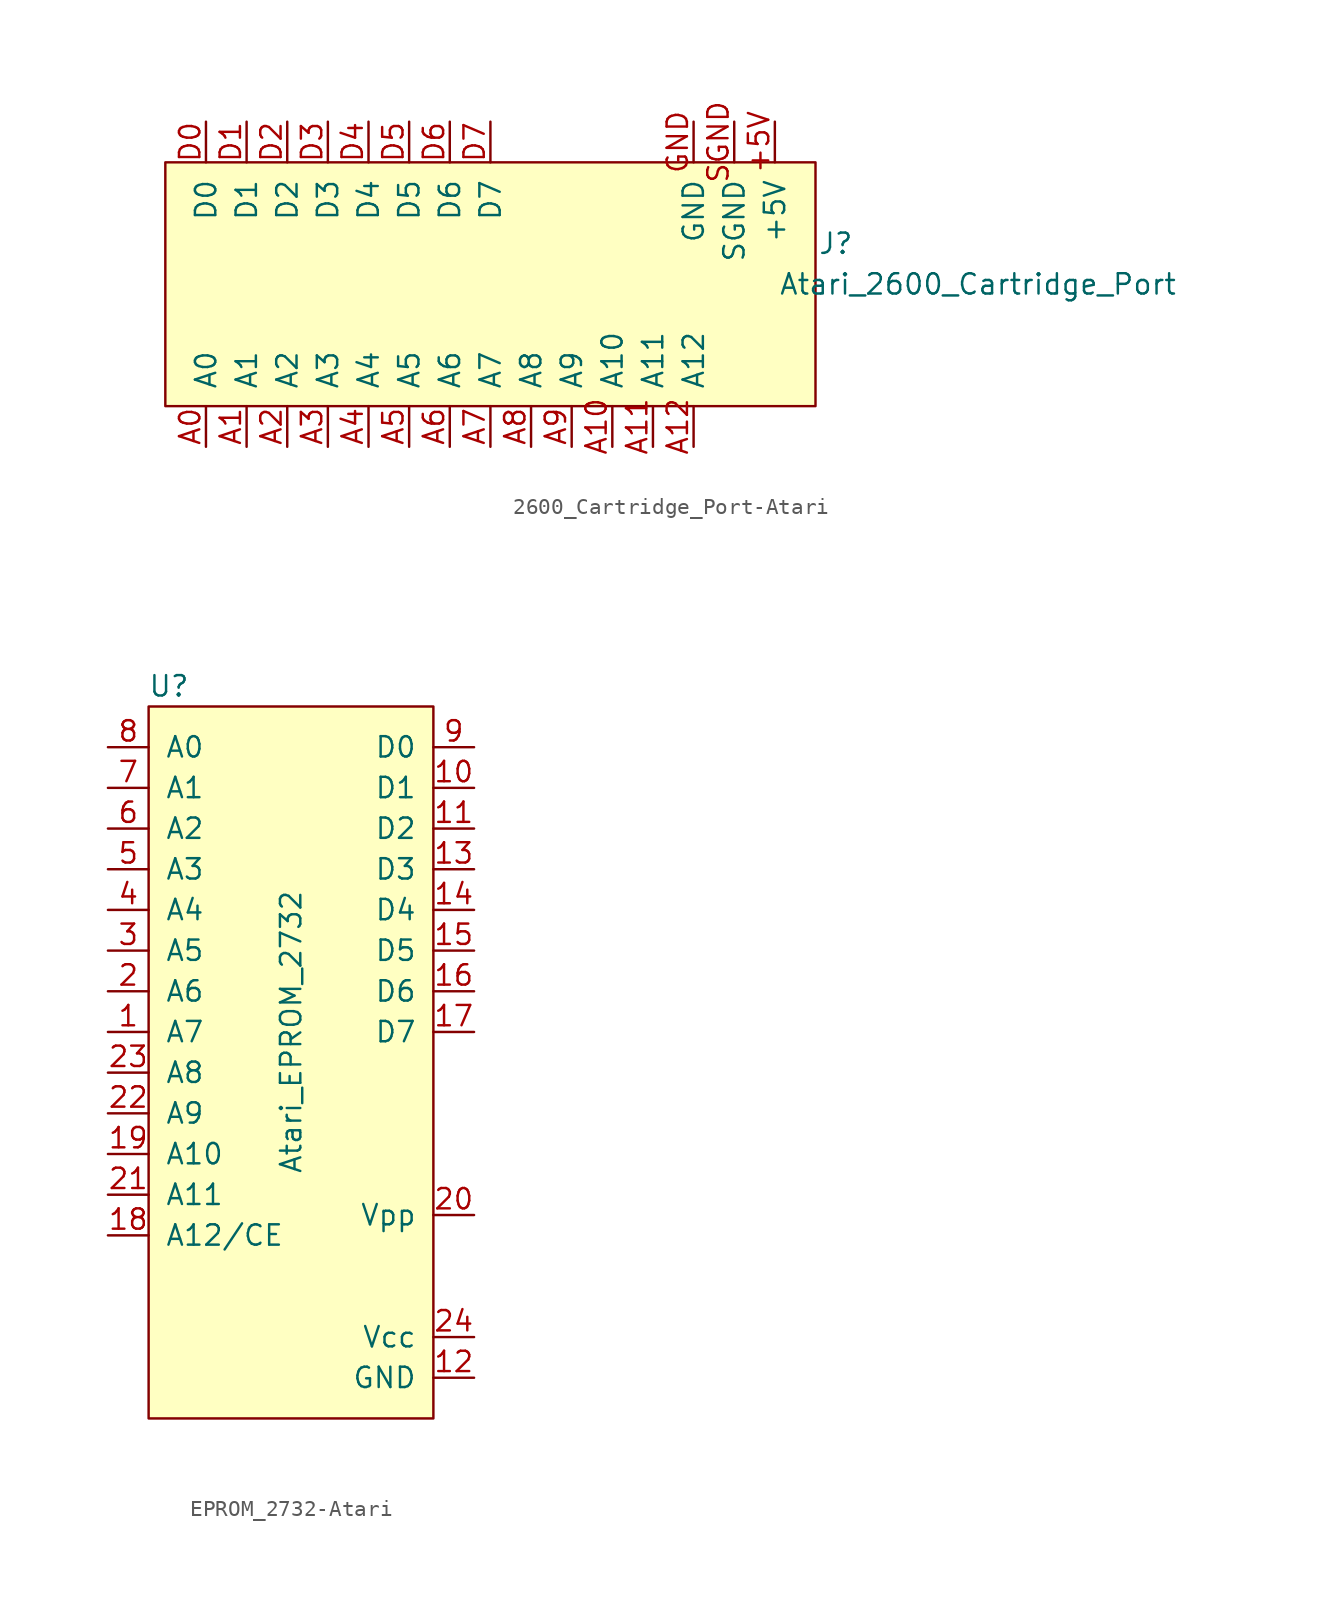
<source format=kicad_sym>
(kicad_symbol_lib
  (version 20231120)
  (generator "kicad_symbol_editor")
  (generator_version "8.0")
  (symbol "2600_Cartridge_Port-Atari"
    (pin_names
      (offset 1.016))
    (property "Reference" "J"
      (at 21.59 2.54 0)
      (effects (font (size 1.27 1.27))))
    (property "Value" "Atari_2600_Cartridge_Port"
      (at 30.48 0 0)
      (effects (font (size 1.27 1.27))))
    (symbol "2600_Cartridge_Port-Atari_0_1"
      (rectangle (start -20.32 7.62) (end 20.32 -7.62) (stroke (width 0) (type solid)) (fill (type background))))
    (symbol "2600_Cartridge_Port-Atari_1_0"
      (pin power_out line (at 17.78 10.16 270) (length 2.54) (name "+5V" (effects (font (size 1.27 1.27)))) (number "+5V" (effects (font (size 1.27 1.27))))))
    (symbol "2600_Cartridge_Port-Atari_1_1"
      (pin output line (at -17.78 -10.16 90) (length 2.54) (name "A0" (effects (font (size 1.27 1.27)))) (number "A0" (effects (font (size 1.27 1.27)))))
      (pin output line (at -15.24 -10.16 90) (length 2.54) (name "A1" (effects (font (size 1.27 1.27)))) (number "A1" (effects (font (size 1.27 1.27)))))
      (pin output line (at 7.62 -10.16 90) (length 2.54) (name "A10" (effects (font (size 1.27 1.27)))) (number "A10" (effects (font (size 1.27 1.27)))))
      (pin output line (at 10.16 -10.16 90) (length 2.54) (name "A11" (effects (font (size 1.27 1.27)))) (number "A11" (effects (font (size 1.27 1.27)))))
      (pin output line (at 12.7 -10.16 90) (length 2.54) (name "A12" (effects (font (size 1.27 1.27)))) (number "A12" (effects (font (size 1.27 1.27)))))
      (pin output line (at -12.7 -10.16 90) (length 2.54) (name "A2" (effects (font (size 1.27 1.27)))) (number "A2" (effects (font (size 1.27 1.27)))))
      (pin output line (at -10.16 -10.16 90) (length 2.54) (name "A3" (effects (font (size 1.27 1.27)))) (number "A3" (effects (font (size 1.27 1.27)))))
      (pin output line (at -7.62 -10.16 90) (length 2.54) (name "A4" (effects (font (size 1.27 1.27)))) (number "A4" (effects (font (size 1.27 1.27)))))
      (pin output line (at -5.08 -10.16 90) (length 2.54) (name "A5" (effects (font (size 1.27 1.27)))) (number "A5" (effects (font (size 1.27 1.27)))))
      (pin output line (at -2.54 -10.16 90) (length 2.54) (name "A6" (effects (font (size 1.27 1.27)))) (number "A6" (effects (font (size 1.27 1.27)))))
      (pin output line (at 0 -10.16 90) (length 2.54) (name "A7" (effects (font (size 1.27 1.27)))) (number "A7" (effects (font (size 1.27 1.27)))))
      (pin output line (at 2.54 -10.16 90) (length 2.54) (name "A8" (effects (font (size 1.27 1.27)))) (number "A8" (effects (font (size 1.27 1.27)))))
      (pin output line (at 5.08 -10.16 90) (length 2.54) (name "A9" (effects (font (size 1.27 1.27)))) (number "A9" (effects (font (size 1.27 1.27)))))
      (pin input line (at -17.78 10.16 270) (length 2.54) (name "D0" (effects (font (size 1.27 1.27)))) (number "D0" (effects (font (size 1.27 1.27)))))
      (pin input line (at -15.24 10.16 270) (length 2.54) (name "D1" (effects (font (size 1.27 1.27)))) (number "D1" (effects (font (size 1.27 1.27)))))
      (pin input line (at -12.7 10.16 270) (length 2.54) (name "D2" (effects (font (size 1.27 1.27)))) (number "D2" (effects (font (size 1.27 1.27)))))
      (pin input line (at -10.16 10.16 270) (length 2.54) (name "D3" (effects (font (size 1.27 1.27)))) (number "D3" (effects (font (size 1.27 1.27)))))
      (pin input line (at -7.62 10.16 270) (length 2.54) (name "D4" (effects (font (size 1.27 1.27)))) (number "D4" (effects (font (size 1.27 1.27)))))
      (pin input line (at -5.08 10.16 270) (length 2.54) (name "D5" (effects (font (size 1.27 1.27)))) (number "D5" (effects (font (size 1.27 1.27)))))
      (pin input line (at -2.54 10.16 270) (length 2.54) (name "D6" (effects (font (size 1.27 1.27)))) (number "D6" (effects (font (size 1.27 1.27)))))
      (pin input line (at 0 10.16 270) (length 2.54) (name "D7" (effects (font (size 1.27 1.27)))) (number "D7" (effects (font (size 1.27 1.27)))))
      (pin power_in line (at 12.7 10.16 270) (length 2.54) (name "GND" (effects (font (size 1.27 1.27)))) (number "GND" (effects (font (size 1.27 1.27)))))
      (pin power_in line (at 15.24 10.16 270) (length 2.54) (name "SGND" (effects (font (size 1.27 1.27)))) (number "SGND" (effects (font (size 1.27 1.27)))))))
  (symbol "EPROM_2732-Atari"
    (pin_names
      (offset 1.016))
    (property "Reference" "U"
      (at -7.62 22.86 0)
      (effects (font (size 1.27 1.27))))
    (property "Value" "Atari_EPROM_2732"
      (at 0 1.27 90)
      (effects (font (size 1.27 1.27))))
    (symbol "EPROM_2732-Atari_0_1"
      (rectangle (start -8.89 21.59) (end 8.89 -22.86) (stroke (width 0) (type solid)) (fill (type background))))
    (symbol "EPROM_2732-Atari_1_1"
      (pin input line (at -11.43 1.27 0) (length 2.54) (name "A7" (effects (font (size 1.27 1.27)))) (number "1" (effects (font (size 1.27 1.27)))))
      (pin output line (at 11.43 16.51 180) (length 2.54) (name "D1" (effects (font (size 1.27 1.27)))) (number "10" (effects (font (size 1.27 1.27)))))
      (pin output line (at 11.43 13.97 180) (length 2.54) (name "D2" (effects (font (size 1.27 1.27)))) (number "11" (effects (font (size 1.27 1.27)))))
      (pin power_in line (at 11.43 -20.32 180) (length 2.54) (name "GND" (effects (font (size 1.27 1.27)))) (number "12" (effects (font (size 1.27 1.27)))))
      (pin output line (at 11.43 11.43 180) (length 2.54) (name "D3" (effects (font (size 1.27 1.27)))) (number "13" (effects (font (size 1.27 1.27)))))
      (pin output line (at 11.43 8.89 180) (length 2.54) (name "D4" (effects (font (size 1.27 1.27)))) (number "14" (effects (font (size 1.27 1.27)))))
      (pin output line (at 11.43 6.35 180) (length 2.54) (name "D5" (effects (font (size 1.27 1.27)))) (number "15" (effects (font (size 1.27 1.27)))))
      (pin output line (at 11.43 3.81 180) (length 2.54) (name "D6" (effects (font (size 1.27 1.27)))) (number "16" (effects (font (size 1.27 1.27)))))
      (pin output line (at 11.43 1.27 180) (length 2.54) (name "D7" (effects (font (size 1.27 1.27)))) (number "17" (effects (font (size 1.27 1.27)))))
      (pin input line (at -11.43 -11.43 0) (length 2.54) (name "A12/CE" (effects (font (size 1.27 1.27)))) (number "18" (effects (font (size 1.27 1.27)))))
      (pin input line (at -11.43 -6.35 0) (length 2.54) (name "A10" (effects (font (size 1.27 1.27)))) (number "19" (effects (font (size 1.27 1.27)))))
      (pin input line (at -11.43 3.81 0) (length 2.54) (name "A6" (effects (font (size 1.27 1.27)))) (number "2" (effects (font (size 1.27 1.27)))))
      (pin input line (at 11.43 -10.16 180) (length 2.54) (name "Vpp" (effects (font (size 1.27 1.27)))) (number "20" (effects (font (size 1.27 1.27)))))
      (pin input line (at -11.43 -8.89 0) (length 2.54) (name "A11" (effects (font (size 1.27 1.27)))) (number "21" (effects (font (size 1.27 1.27)))))
      (pin input line (at -11.43 -3.81 0) (length 2.54) (name "A9" (effects (font (size 1.27 1.27)))) (number "22" (effects (font (size 1.27 1.27)))))
      (pin input line (at -11.43 -1.27 0) (length 2.54) (name "A8" (effects (font (size 1.27 1.27)))) (number "23" (effects (font (size 1.27 1.27)))))
      (pin power_in line (at 11.43 -17.78 180) (length 2.54) (name "Vcc" (effects (font (size 1.27 1.27)))) (number "24" (effects (font (size 1.27 1.27)))))
      (pin input line (at -11.43 6.35 0) (length 2.54) (name "A5" (effects (font (size 1.27 1.27)))) (number "3" (effects (font (size 1.27 1.27)))))
      (pin input line (at -11.43 8.89 0) (length 2.54) (name "A4" (effects (font (size 1.27 1.27)))) (number "4" (effects (font (size 1.27 1.27)))))
      (pin input line (at -11.43 11.43 0) (length 2.54) (name "A3" (effects (font (size 1.27 1.27)))) (number "5" (effects (font (size 1.27 1.27)))))
      (pin input line (at -11.43 13.97 0) (length 2.54) (name "A2" (effects (font (size 1.27 1.27)))) (number "6" (effects (font (size 1.27 1.27)))))
      (pin input line (at -11.43 16.51 0) (length 2.54) (name "A1" (effects (font (size 1.27 1.27)))) (number "7" (effects (font (size 1.27 1.27)))))
      (pin input line (at -11.43 19.05 0) (length 2.54) (name "A0" (effects (font (size 1.27 1.27)))) (number "8" (effects (font (size 1.27 1.27)))))
      (pin output line (at 11.43 19.05 180) (length 2.54) (name "D0" (effects (font (size 1.27 1.27)))) (number "9" (effects (font (size 1.27 1.27))))))))
</source>
